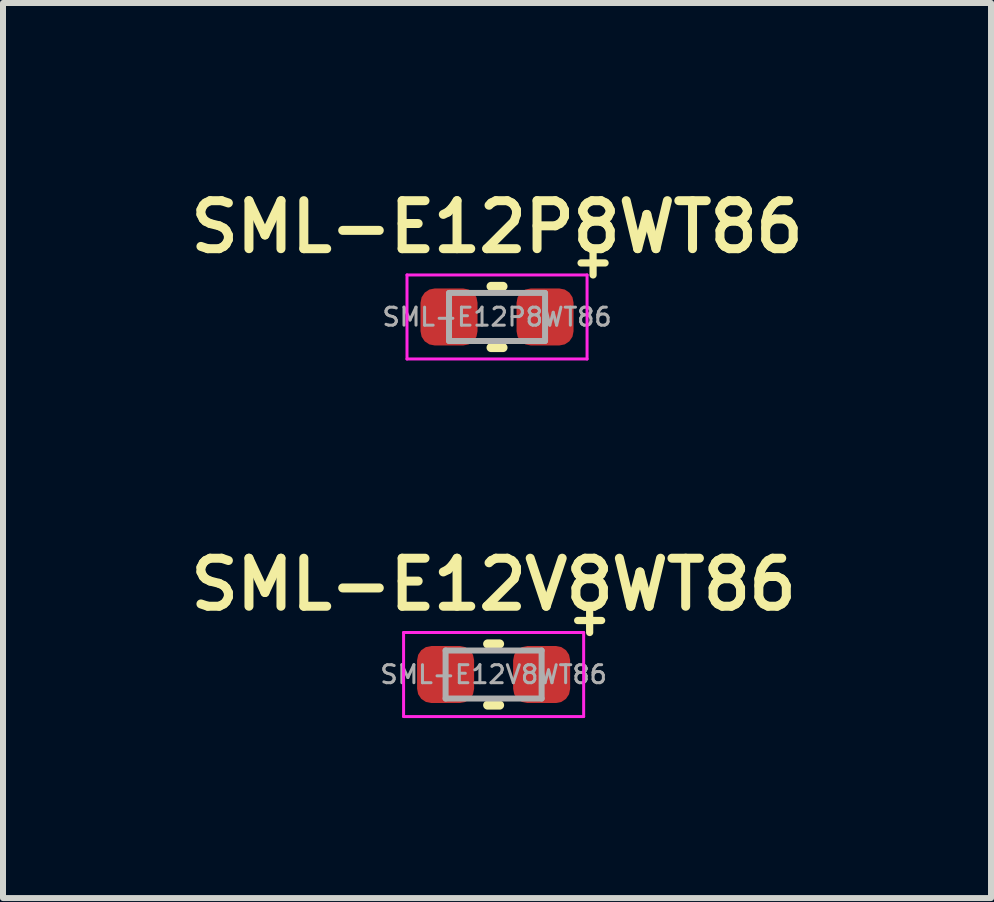
<source format=kicad_pcb>
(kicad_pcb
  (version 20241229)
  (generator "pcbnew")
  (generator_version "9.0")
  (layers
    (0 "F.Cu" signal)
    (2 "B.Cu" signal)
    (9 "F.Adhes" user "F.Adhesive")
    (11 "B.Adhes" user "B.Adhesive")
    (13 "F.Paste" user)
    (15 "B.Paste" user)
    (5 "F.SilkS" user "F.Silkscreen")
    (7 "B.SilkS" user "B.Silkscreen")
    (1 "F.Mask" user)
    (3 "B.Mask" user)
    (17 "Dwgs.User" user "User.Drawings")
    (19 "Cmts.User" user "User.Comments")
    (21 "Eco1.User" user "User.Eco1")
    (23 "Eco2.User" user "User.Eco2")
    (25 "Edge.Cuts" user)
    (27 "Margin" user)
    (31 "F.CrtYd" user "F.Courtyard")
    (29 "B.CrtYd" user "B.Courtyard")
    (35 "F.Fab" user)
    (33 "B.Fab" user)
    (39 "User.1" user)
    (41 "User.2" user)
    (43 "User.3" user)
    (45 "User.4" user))
  (footprint "SML-E12P8WT86"
    (layer "F.Cu")
    (at 5.231 2.231)
    (property "Reference" "SML-E12P8WT86" (at 0 -1.5 0) (layer "F.SilkS") (effects (font (size 0.8 0.8) (thickness 0.15))))
    (attr smd)
    (fp_line (start -0.1 -0.51) (end 0.1 -0.51) (stroke (width 0.15) (type solid)) (layer "F.SilkS"))
    (fp_line (start -0.1 0.51) (end 0.1 0.51) (stroke (width 0.15) (type solid)) (layer "F.SilkS"))
    (fp_line (start 1.4 -0.9) (end 1.8 -0.9) (stroke (width 0.12) (type solid)) (layer "F.SilkS"))
    (fp_line (start 1.6 -1.1) (end 1.6 -0.7) (stroke (width 0.12) (type solid)) (layer "F.SilkS"))
    (fp_line (start -1.5 -0.7) (end 1.5 -0.7) (stroke (width 0.05) (type solid)) (layer "F.CrtYd"))
    (fp_line (start -1.5 0.7) (end -1.5 -0.7) (stroke (width 0.05) (type solid)) (layer "F.CrtYd"))
    (fp_line (start 1.5 -0.7) (end 1.5 0.7) (stroke (width 0.05) (type solid)) (layer "F.CrtYd"))
    (fp_line (start 1.5 0.7) (end -1.5 0.7) (stroke (width 0.05) (type solid)) (layer "F.CrtYd"))
    (fp_line (start -0.8 -0.4) (end 0.8 -0.4) (stroke (width 0.1) (type solid)) (layer "F.Fab"))
    (fp_line (start -0.8 0.4) (end -0.8 -0.4) (stroke (width 0.1) (type solid)) (layer "F.Fab"))
    (fp_line (start 0.8 -0.4) (end 0.8 0.4) (stroke (width 0.1) (type solid)) (layer "F.Fab"))
    (fp_line (start 0.8 0.4) (end -0.8 0.4) (stroke (width 0.1) (type solid)) (layer "F.Fab"))
    (fp_text user "${REFERENCE}" (at 0 0 0) (layer "F.Fab") (effects (font (size 0.3 0.3) (thickness 0.05))))
    (pad "1" smd roundrect (at -0.8 0) (size 0.95 0.95) (layers "F.Cu" "F.Mask" "F.Paste") (roundrect_rratio 0.25))
    (pad "2" smd roundrect (at 0.8 0) (size 0.95 0.95) (layers "F.Cu" "F.Mask" "F.Paste") (roundrect_rratio 0.25)))
  (footprint "SML-E12V8WT86"
    (layer "F.Cu")
    (at 5.174 8.188)
    (property "Reference" "SML-E12V8WT86" (at 0 -1.5 0) (layer "F.SilkS") (effects (font (size 0.8 0.8) (thickness 0.15))))
    (attr smd)
    (fp_line (start -0.1 -0.51) (end 0.1 -0.51) (stroke (width 0.15) (type solid)) (layer "F.SilkS"))
    (fp_line (start -0.1 0.51) (end 0.1 0.51) (stroke (width 0.15) (type solid)) (layer "F.SilkS"))
    (fp_line (start 1.4 -0.9) (end 1.8 -0.9) (stroke (width 0.12) (type solid)) (layer "F.SilkS"))
    (fp_line (start 1.6 -1.1) (end 1.6 -0.7) (stroke (width 0.12) (type solid)) (layer "F.SilkS"))
    (fp_line (start -1.5 -0.7) (end 1.5 -0.7) (stroke (width 0.05) (type solid)) (layer "F.CrtYd"))
    (fp_line (start -1.5 0.7) (end -1.5 -0.7) (stroke (width 0.05) (type solid)) (layer "F.CrtYd"))
    (fp_line (start 1.5 -0.7) (end 1.5 0.7) (stroke (width 0.05) (type solid)) (layer "F.CrtYd"))
    (fp_line (start 1.5 0.7) (end -1.5 0.7) (stroke (width 0.05) (type solid)) (layer "F.CrtYd"))
    (fp_line (start -0.8 -0.4) (end 0.8 -0.4) (stroke (width 0.1) (type solid)) (layer "F.Fab"))
    (fp_line (start -0.8 0.4) (end -0.8 -0.4) (stroke (width 0.1) (type solid)) (layer "F.Fab"))
    (fp_line (start 0.8 -0.4) (end 0.8 0.4) (stroke (width 0.1) (type solid)) (layer "F.Fab"))
    (fp_line (start 0.8 0.4) (end -0.8 0.4) (stroke (width 0.1) (type solid)) (layer "F.Fab"))
    (fp_text user "${REFERENCE}" (at 0 0 0) (layer "F.Fab") (effects (font (size 0.3 0.3) (thickness 0.05))))
    (pad "1" smd roundrect (at -0.8 0) (size 0.95 0.95) (layers "F.Cu" "F.Mask" "F.Paste") (roundrect_rratio 0.25))
    (pad "2" smd roundrect (at 0.8 0) (size 0.95 0.95) (layers "F.Cu" "F.Mask" "F.Paste") (roundrect_rratio 0.25)))
  (gr_rect
    (start -3 -3)
    (end 13.461 11.912)
    (stroke (width 0.1) (type default))
    (fill no)
    (layer "Edge.Cuts")))
</source>
